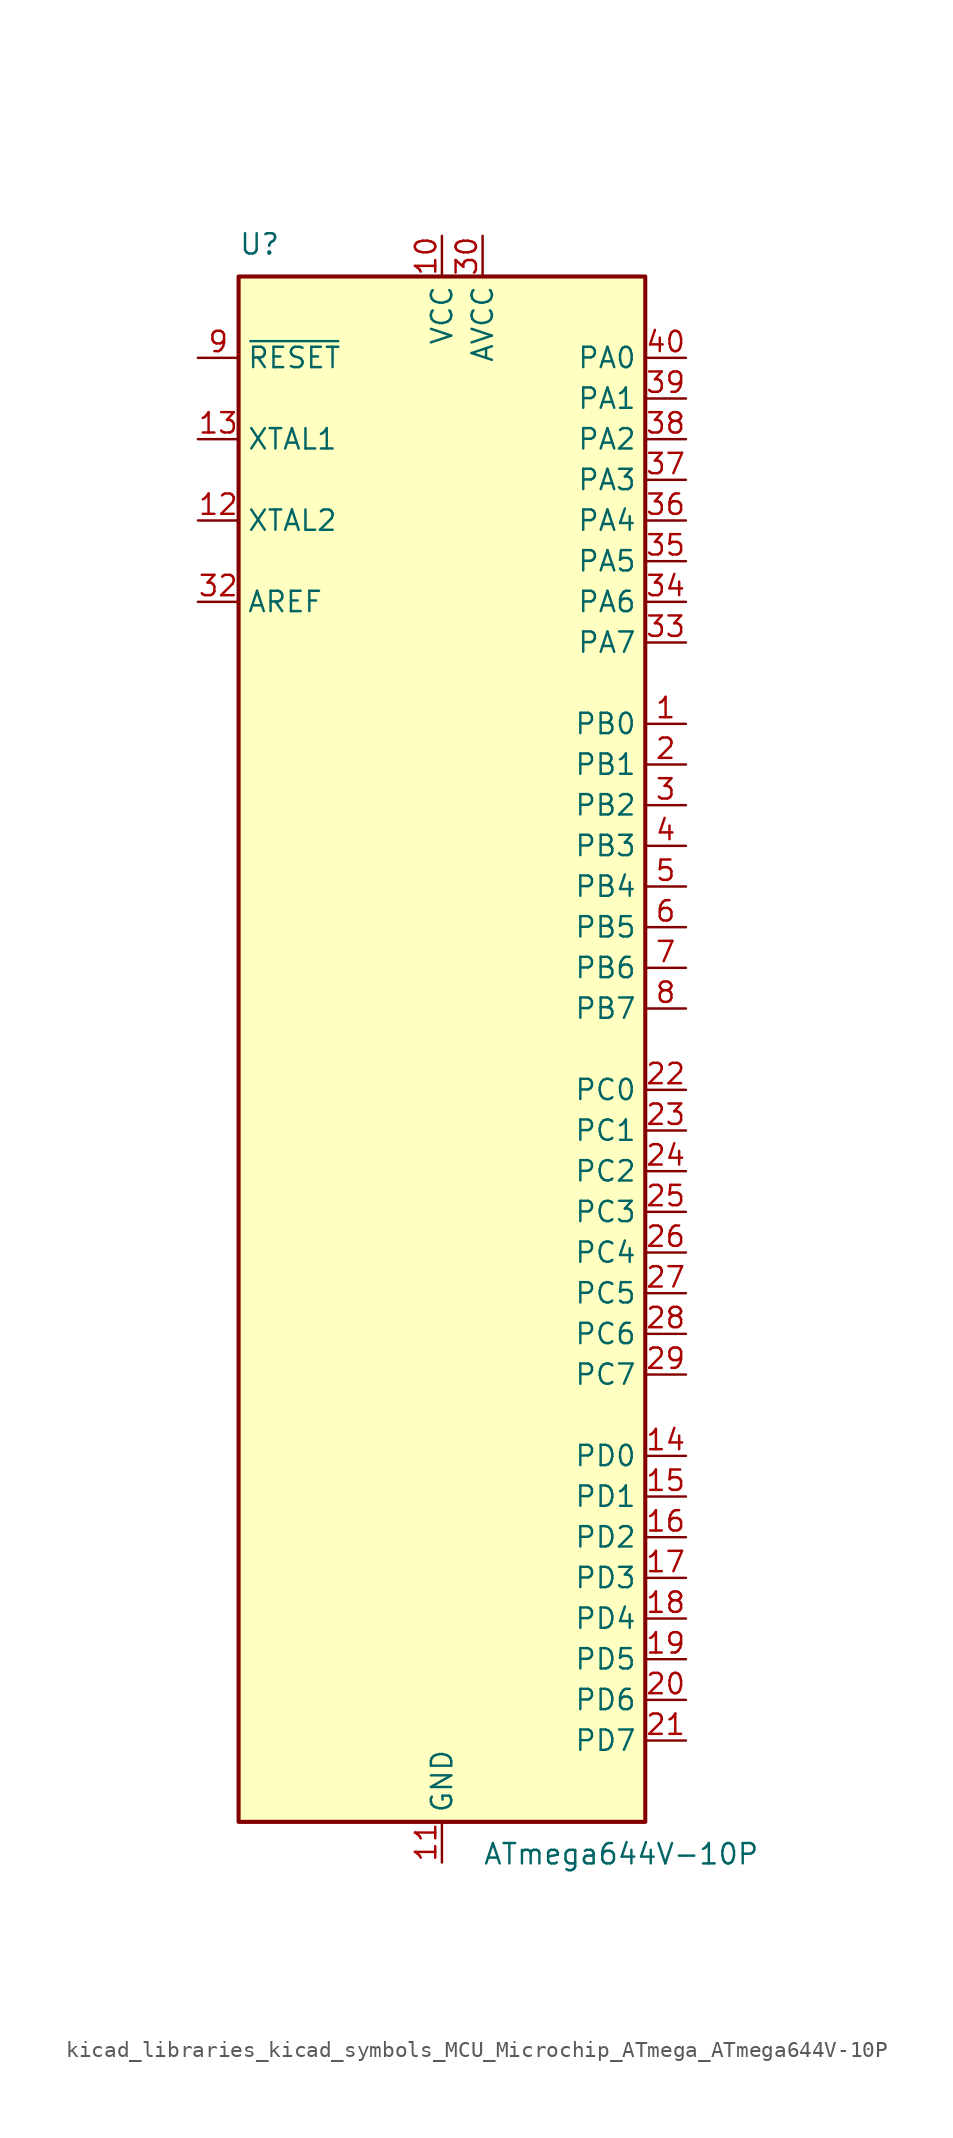
<source format=kicad_sym>
(kicad_symbol_lib
  (version 20220914)
  (generator kicad_symbol_editor)
  (symbol "kicad_libraries_kicad_symbols_MCU_Microchip_ATmega_ATmega644V-10P"
    (property "Reference" "U"
      (at -12.7 49.53 0)
      (effects (font (size 1.27 1.27)) (justify left bottom)))
    (property "Value" "ATmega644V-10P"
      (at 2.54 -49.53 0)
      (effects (font (size 1.27 1.27)) (justify left top)))
    (symbol "kicad_libraries_kicad_symbols_MCU_Microchip_ATmega_ATmega644V-10P_0_1"
      (rectangle (start -12.7 -48.26) (end 12.7 48.26) (stroke (width 0.254) (type default)) (fill (type background))))
    (symbol "kicad_libraries_kicad_symbols_MCU_Microchip_ATmega_ATmega644V-10P_1_1"
      (pin bidirectional line (at 15.24 20.32 180) (length 2.54) (name "PB0" (effects (font (size 1.27 1.27)))) (number "1" (effects (font (size 1.27 1.27)))))
      (pin power_in line (at 0 50.8 270) (length 2.54) (name "VCC" (effects (font (size 1.27 1.27)))) (number "10" (effects (font (size 1.27 1.27)))))
      (pin power_in line (at 0 -50.8 90) (length 2.54) (name "GND" (effects (font (size 1.27 1.27)))) (number "11" (effects (font (size 1.27 1.27)))))
      (pin output line (at -15.24 33.02 0) (length 2.54) (name "XTAL2" (effects (font (size 1.27 1.27)))) (number "12" (effects (font (size 1.27 1.27)))))
      (pin input line (at -15.24 38.1 0) (length 2.54) (name "XTAL1" (effects (font (size 1.27 1.27)))) (number "13" (effects (font (size 1.27 1.27)))))
      (pin bidirectional line (at 15.24 -25.4 180) (length 2.54) (name "PD0" (effects (font (size 1.27 1.27)))) (number "14" (effects (font (size 1.27 1.27)))))
      (pin bidirectional line (at 15.24 -27.94 180) (length 2.54) (name "PD1" (effects (font (size 1.27 1.27)))) (number "15" (effects (font (size 1.27 1.27)))))
      (pin bidirectional line (at 15.24 -30.48 180) (length 2.54) (name "PD2" (effects (font (size 1.27 1.27)))) (number "16" (effects (font (size 1.27 1.27)))))
      (pin bidirectional line (at 15.24 -33.02 180) (length 2.54) (name "PD3" (effects (font (size 1.27 1.27)))) (number "17" (effects (font (size 1.27 1.27)))))
      (pin bidirectional line (at 15.24 -35.56 180) (length 2.54) (name "PD4" (effects (font (size 1.27 1.27)))) (number "18" (effects (font (size 1.27 1.27)))))
      (pin bidirectional line (at 15.24 -38.1 180) (length 2.54) (name "PD5" (effects (font (size 1.27 1.27)))) (number "19" (effects (font (size 1.27 1.27)))))
      (pin bidirectional line (at 15.24 17.78 180) (length 2.54) (name "PB1" (effects (font (size 1.27 1.27)))) (number "2" (effects (font (size 1.27 1.27)))))
      (pin bidirectional line (at 15.24 -40.64 180) (length 2.54) (name "PD6" (effects (font (size 1.27 1.27)))) (number "20" (effects (font (size 1.27 1.27)))))
      (pin bidirectional line (at 15.24 -43.18 180) (length 2.54) (name "PD7" (effects (font (size 1.27 1.27)))) (number "21" (effects (font (size 1.27 1.27)))))
      (pin bidirectional line (at 15.24 -2.54 180) (length 2.54) (name "PC0" (effects (font (size 1.27 1.27)))) (number "22" (effects (font (size 1.27 1.27)))))
      (pin bidirectional line (at 15.24 -5.08 180) (length 2.54) (name "PC1" (effects (font (size 1.27 1.27)))) (number "23" (effects (font (size 1.27 1.27)))))
      (pin bidirectional line (at 15.24 -7.62 180) (length 2.54) (name "PC2" (effects (font (size 1.27 1.27)))) (number "24" (effects (font (size 1.27 1.27)))))
      (pin bidirectional line (at 15.24 -10.16 180) (length 2.54) (name "PC3" (effects (font (size 1.27 1.27)))) (number "25" (effects (font (size 1.27 1.27)))))
      (pin bidirectional line (at 15.24 -12.7 180) (length 2.54) (name "PC4" (effects (font (size 1.27 1.27)))) (number "26" (effects (font (size 1.27 1.27)))))
      (pin bidirectional line (at 15.24 -15.24 180) (length 2.54) (name "PC5" (effects (font (size 1.27 1.27)))) (number "27" (effects (font (size 1.27 1.27)))))
      (pin bidirectional line (at 15.24 -17.78 180) (length 2.54) (name "PC6" (effects (font (size 1.27 1.27)))) (number "28" (effects (font (size 1.27 1.27)))))
      (pin bidirectional line (at 15.24 -20.32 180) (length 2.54) (name "PC7" (effects (font (size 1.27 1.27)))) (number "29" (effects (font (size 1.27 1.27)))))
      (pin bidirectional line (at 15.24 15.24 180) (length 2.54) (name "PB2" (effects (font (size 1.27 1.27)))) (number "3" (effects (font (size 1.27 1.27)))))
      (pin power_in line (at 2.54 50.8 270) (length 2.54) (name "AVCC" (effects (font (size 1.27 1.27)))) (number "30" (effects (font (size 1.27 1.27)))))
      (pin passive line (at 0 -50.8 90) (length 2.54) hide (name "GND" (effects (font (size 1.27 1.27)))) (number "31" (effects (font (size 1.27 1.27)))))
      (pin passive line (at -15.24 27.94 0) (length 2.54) (name "AREF" (effects (font (size 1.27 1.27)))) (number "32" (effects (font (size 1.27 1.27)))))
      (pin bidirectional line (at 15.24 25.4 180) (length 2.54) (name "PA7" (effects (font (size 1.27 1.27)))) (number "33" (effects (font (size 1.27 1.27)))))
      (pin bidirectional line (at 15.24 27.94 180) (length 2.54) (name "PA6" (effects (font (size 1.27 1.27)))) (number "34" (effects (font (size 1.27 1.27)))))
      (pin bidirectional line (at 15.24 30.48 180) (length 2.54) (name "PA5" (effects (font (size 1.27 1.27)))) (number "35" (effects (font (size 1.27 1.27)))))
      (pin bidirectional line (at 15.24 33.02 180) (length 2.54) (name "PA4" (effects (font (size 1.27 1.27)))) (number "36" (effects (font (size 1.27 1.27)))))
      (pin bidirectional line (at 15.24 35.56 180) (length 2.54) (name "PA3" (effects (font (size 1.27 1.27)))) (number "37" (effects (font (size 1.27 1.27)))))
      (pin bidirectional line (at 15.24 38.1 180) (length 2.54) (name "PA2" (effects (font (size 1.27 1.27)))) (number "38" (effects (font (size 1.27 1.27)))))
      (pin bidirectional line (at 15.24 40.64 180) (length 2.54) (name "PA1" (effects (font (size 1.27 1.27)))) (number "39" (effects (font (size 1.27 1.27)))))
      (pin bidirectional line (at 15.24 12.7 180) (length 2.54) (name "PB3" (effects (font (size 1.27 1.27)))) (number "4" (effects (font (size 1.27 1.27)))))
      (pin bidirectional line (at 15.24 43.18 180) (length 2.54) (name "PA0" (effects (font (size 1.27 1.27)))) (number "40" (effects (font (size 1.27 1.27)))))
      (pin bidirectional line (at 15.24 10.16 180) (length 2.54) (name "PB4" (effects (font (size 1.27 1.27)))) (number "5" (effects (font (size 1.27 1.27)))))
      (pin bidirectional line (at 15.24 7.62 180) (length 2.54) (name "PB5" (effects (font (size 1.27 1.27)))) (number "6" (effects (font (size 1.27 1.27)))))
      (pin bidirectional line (at 15.24 5.08 180) (length 2.54) (name "PB6" (effects (font (size 1.27 1.27)))) (number "7" (effects (font (size 1.27 1.27)))))
      (pin bidirectional line (at 15.24 2.54 180) (length 2.54) (name "PB7" (effects (font (size 1.27 1.27)))) (number "8" (effects (font (size 1.27 1.27)))))
      (pin input line (at -15.24 43.18 0) (length 2.54) (name "~{RESET}" (effects (font (size 1.27 1.27)))) (number "9" (effects (font (size 1.27 1.27))))))))
</source>
